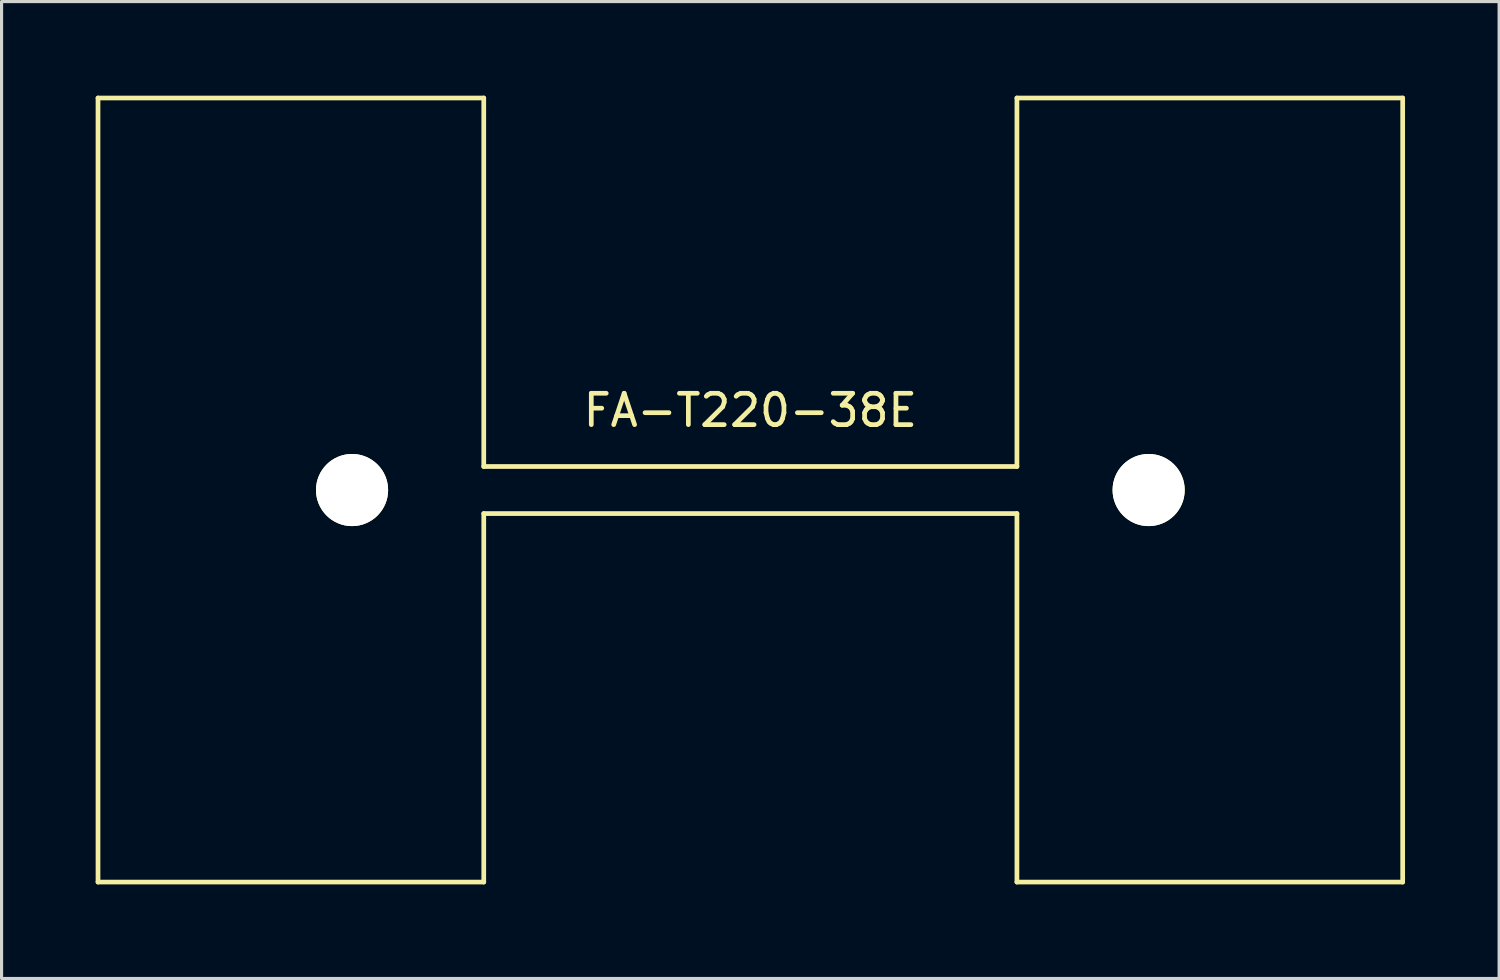
<source format=kicad_pcb>
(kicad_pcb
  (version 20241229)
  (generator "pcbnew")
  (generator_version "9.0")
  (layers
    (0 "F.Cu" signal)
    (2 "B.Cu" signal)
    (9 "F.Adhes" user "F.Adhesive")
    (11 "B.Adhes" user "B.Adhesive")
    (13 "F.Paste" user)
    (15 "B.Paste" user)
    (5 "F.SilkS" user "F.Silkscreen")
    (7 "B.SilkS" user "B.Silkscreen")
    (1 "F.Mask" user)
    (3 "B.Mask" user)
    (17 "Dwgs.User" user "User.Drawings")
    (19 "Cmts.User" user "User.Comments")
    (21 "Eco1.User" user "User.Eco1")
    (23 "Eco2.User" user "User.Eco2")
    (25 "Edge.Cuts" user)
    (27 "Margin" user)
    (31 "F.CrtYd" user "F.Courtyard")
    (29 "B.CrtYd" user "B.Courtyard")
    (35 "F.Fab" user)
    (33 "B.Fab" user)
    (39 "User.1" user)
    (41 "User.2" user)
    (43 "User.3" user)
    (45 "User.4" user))
  (footprint "FA-T220-38E"
    (layer "F.Cu")
    (at 20.875 12.575)
    (property "Reference" "FA-T220-38E" (at 0 -2.54 0) (layer "F.SilkS") (effects (font (size 1 1) (thickness 0.15))))
    (attr through_hole)
    (fp_line (start -20.8 -12.5) (end -20.8 12.5) (stroke (width 0.15) (type solid)) (layer "F.SilkS"))
    (fp_line (start -20.8 -12.5) (end -8.5 -12.5) (stroke (width 0.15) (type solid)) (layer "F.SilkS"))
    (fp_line (start -20.8 12.5) (end -8.5 12.5) (stroke (width 0.15) (type solid)) (layer "F.SilkS"))
    (fp_line (start -8.5 -0.75) (end -8.5 -12.5) (stroke (width 0.15) (type solid)) (layer "F.SilkS"))
    (fp_line (start -8.5 -0.75) (end 8.5 -0.75) (stroke (width 0.15) (type solid)) (layer "F.SilkS"))
    (fp_line (start -8.5 0.75) (end -8.5 12.5) (stroke (width 0.15) (type solid)) (layer "F.SilkS"))
    (fp_line (start -8.5 0.75) (end 8.5 0.75) (stroke (width 0.15) (type solid)) (layer "F.SilkS"))
    (fp_line (start 8.5 -12.5) (end 20.8 -12.5) (stroke (width 0.15) (type solid)) (layer "F.SilkS"))
    (fp_line (start 8.5 -0.75) (end 8.5 -12.5) (stroke (width 0.15) (type solid)) (layer "F.SilkS"))
    (fp_line (start 8.5 0.75) (end 8.5 12.5) (stroke (width 0.15) (type solid)) (layer "F.SilkS"))
    (fp_line (start 8.5 12.5) (end 20.8 12.5) (stroke (width 0.15) (type solid)) (layer "F.SilkS"))
    (fp_line (start 20.8 -12.5) (end 20.8 12.5) (stroke (width 0.15) (type solid)) (layer "F.SilkS"))
    (pad "" np_thru_hole circle (at -12.7 0) (size 2.3 2.3) (drill 2.3) (layers "*.Cu" "*.Mask" "F.SilkS"))
    (pad "" np_thru_hole circle (at 12.7 0) (size 2.3 2.3) (drill 2.3) (layers "*.Cu" "*.Mask" "F.SilkS")))
  (gr_rect
    (start -3 -3)
    (end 44.75 28.15)
    (stroke (width 0.1) (type default))
    (fill no)
    (layer "Edge.Cuts")))
</source>
